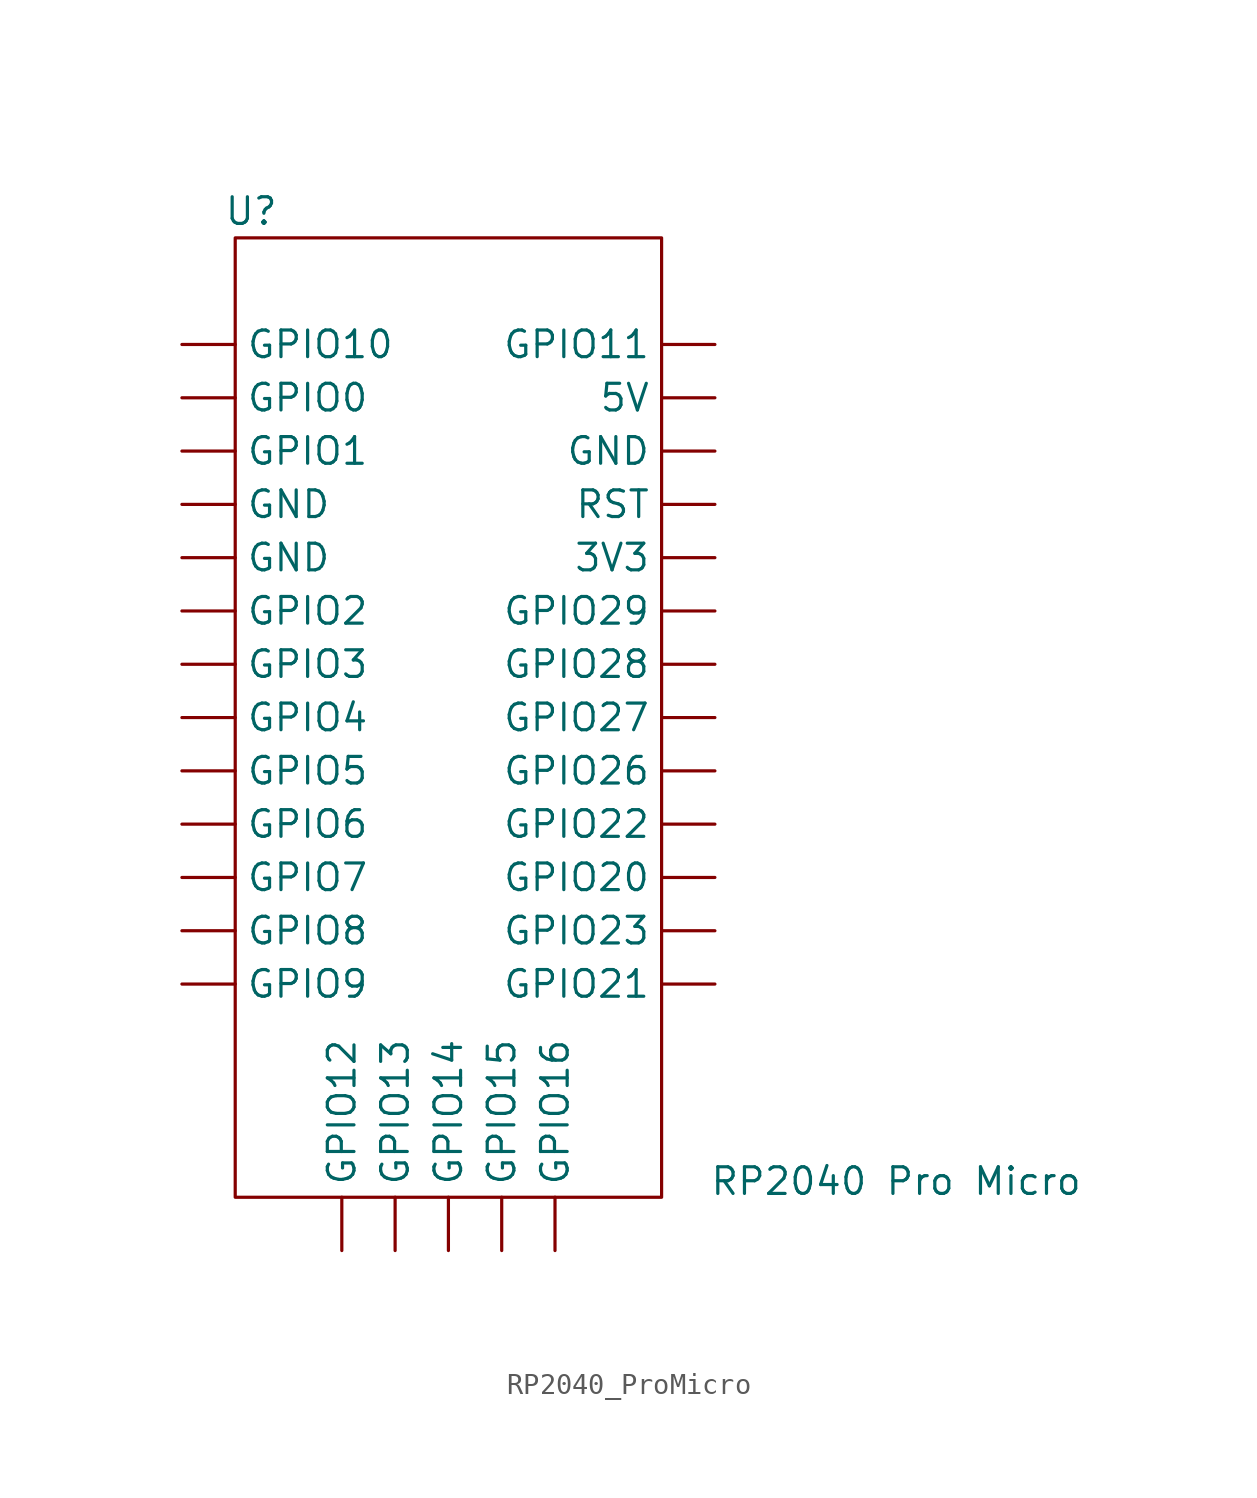
<source format=kicad_sym>
(kicad_symbol_lib
  (version 20231120)
  (generator "kicad_symbol_editor")
  (generator_version "8.0")
  (symbol "RP2040_ProMicro"
    (pin_numbers hide)
    (property "Reference" "U"
      (at 0.762 1.27 0)
      (effects (font (size 1.27 1.27))))
    (property "Value" "RP2040 Pro Micro"
      (at 31.496 -44.958 0)
      (effects (font (size 1.27 1.27))))
    (symbol "RP2040_ProMicro_0_1"
      (rectangle (start 0 0) (end 20.32 -45.72) (stroke (width 0) (type default)) (fill (type none))))
    (symbol "RP2040_ProMicro_1_1"
      (pin bidirectional line (at 22.86 -5.08 180) (length 2.54) (name "GPIO11" (effects (font (size 1.27 1.27)))) (number "1" (effects (font (size 1.27 1.27)))))
      (pin bidirectional line (at 22.86 -27.94 180) (length 2.54) (name "GPIO22" (effects (font (size 1.27 1.27)))) (number "10" (effects (font (size 1.27 1.27)))))
      (pin bidirectional line (at 22.86 -30.48 180) (length 2.54) (name "GPIO20" (effects (font (size 1.27 1.27)))) (number "11" (effects (font (size 1.27 1.27)))))
      (pin bidirectional line (at 22.86 -33.02 180) (length 2.54) (name "GPIO23" (effects (font (size 1.27 1.27)))) (number "12" (effects (font (size 1.27 1.27)))))
      (pin bidirectional line (at 22.86 -35.56 180) (length 2.54) (name "GPIO21" (effects (font (size 1.27 1.27)))) (number "13" (effects (font (size 1.27 1.27)))))
      (pin bidirectional line (at 15.24 -48.26 90) (length 2.54) (name "GPIO16" (effects (font (size 1.27 1.27)))) (number "14" (effects (font (size 1.27 1.27)))))
      (pin bidirectional line (at 12.7 -48.26 90) (length 2.54) (name "GPIO15" (effects (font (size 1.27 1.27)))) (number "15" (effects (font (size 1.27 1.27)))))
      (pin bidirectional line (at 10.16 -48.26 90) (length 2.54) (name "GPIO14" (effects (font (size 1.27 1.27)))) (number "16" (effects (font (size 1.27 1.27)))))
      (pin bidirectional line (at 7.62 -48.26 90) (length 2.54) (name "GPIO13" (effects (font (size 1.27 1.27)))) (number "17" (effects (font (size 1.27 1.27)))))
      (pin bidirectional line (at 5.08 -48.26 90) (length 2.54) (name "GPIO12" (effects (font (size 1.27 1.27)))) (number "18" (effects (font (size 1.27 1.27)))))
      (pin bidirectional line (at -2.54 -35.56 0) (length 2.54) (name "GPIO9" (effects (font (size 1.27 1.27)))) (number "19" (effects (font (size 1.27 1.27)))))
      (pin power_out line (at 22.86 -7.62 180) (length 2.54) (name "5V" (effects (font (size 1.27 1.27)))) (number "2" (effects (font (size 1.27 1.27)))))
      (pin bidirectional line (at -2.54 -33.02 0) (length 2.54) (name "GPIO8" (effects (font (size 1.27 1.27)))) (number "20" (effects (font (size 1.27 1.27)))))
      (pin bidirectional line (at -2.54 -30.48 0) (length 2.54) (name "GPIO7" (effects (font (size 1.27 1.27)))) (number "21" (effects (font (size 1.27 1.27)))))
      (pin bidirectional line (at -2.54 -27.94 0) (length 2.54) (name "GPIO6" (effects (font (size 1.27 1.27)))) (number "22" (effects (font (size 1.27 1.27)))))
      (pin bidirectional line (at -2.54 -25.4 0) (length 2.54) (name "GPIO5" (effects (font (size 1.27 1.27)))) (number "23" (effects (font (size 1.27 1.27)))))
      (pin bidirectional line (at -2.54 -22.86 0) (length 2.54) (name "GPIO4" (effects (font (size 1.27 1.27)))) (number "24" (effects (font (size 1.27 1.27)))))
      (pin bidirectional line (at -2.54 -20.32 0) (length 2.54) (name "GPIO3" (effects (font (size 1.27 1.27)))) (number "25" (effects (font (size 1.27 1.27)))))
      (pin bidirectional line (at -2.54 -17.78 0) (length 2.54) (name "GPIO2" (effects (font (size 1.27 1.27)))) (number "26" (effects (font (size 1.27 1.27)))))
      (pin power_out line (at -2.54 -15.24 0) (length 2.54) (name "GND" (effects (font (size 1.27 1.27)))) (number "27" (effects (font (size 1.27 1.27)))))
      (pin power_out line (at -2.54 -12.7 0) (length 2.54) (name "GND" (effects (font (size 1.27 1.27)))) (number "28" (effects (font (size 1.27 1.27)))))
      (pin bidirectional line (at -2.54 -10.16 0) (length 2.54) (name "GPIO1" (effects (font (size 1.27 1.27)))) (number "29" (effects (font (size 1.27 1.27)))))
      (pin power_out line (at 22.86 -10.16 180) (length 2.54) (name "GND" (effects (font (size 1.27 1.27)))) (number "3" (effects (font (size 1.27 1.27)))))
      (pin bidirectional line (at -2.54 -7.62 0) (length 2.54) (name "GPIO0" (effects (font (size 1.27 1.27)))) (number "30" (effects (font (size 1.27 1.27)))))
      (pin bidirectional line (at -2.54 -5.08 0) (length 2.54) (name "GPIO10" (effects (font (size 1.27 1.27)))) (number "31" (effects (font (size 1.27 1.27)))))
      (pin input line (at 22.86 -12.7 180) (length 2.54) (name "RST" (effects (font (size 1.27 1.27)))) (number "4" (effects (font (size 1.27 1.27)))))
      (pin power_out line (at 22.86 -15.24 180) (length 2.54) (name "3V3" (effects (font (size 1.27 1.27)))) (number "5" (effects (font (size 1.27 1.27)))))
      (pin bidirectional line (at 22.86 -17.78 180) (length 2.54) (name "GPIO29" (effects (font (size 1.27 1.27)))) (number "6" (effects (font (size 1.27 1.27)))))
      (pin bidirectional line (at 22.86 -20.32 180) (length 2.54) (name "GPIO28" (effects (font (size 1.27 1.27)))) (number "7" (effects (font (size 1.27 1.27)))))
      (pin bidirectional line (at 22.86 -22.86 180) (length 2.54) (name "GPIO27" (effects (font (size 1.27 1.27)))) (number "8" (effects (font (size 1.27 1.27)))))
      (pin bidirectional line (at 22.86 -25.4 180) (length 2.54) (name "GPIO26" (effects (font (size 1.27 1.27)))) (number "9" (effects (font (size 1.27 1.27))))))))
</source>
